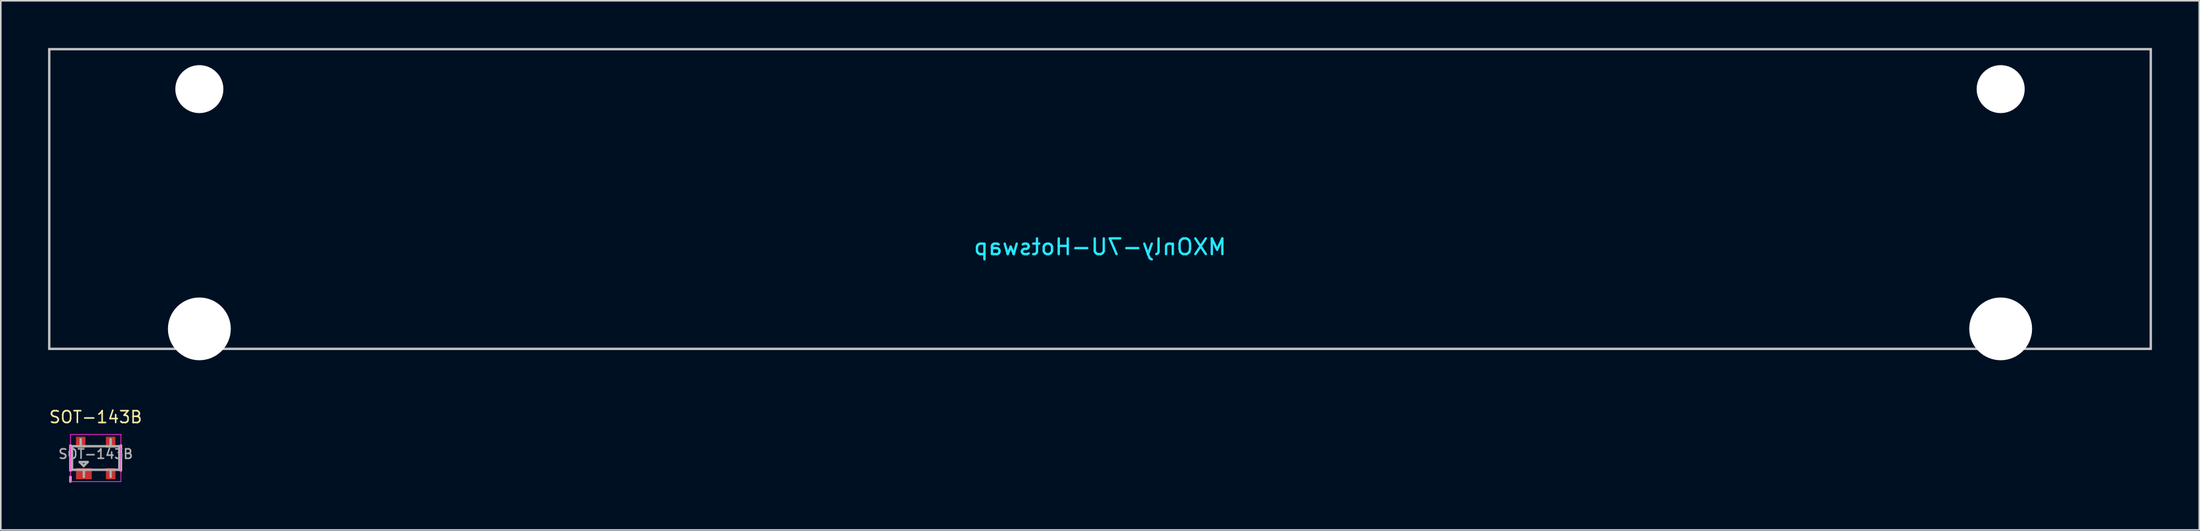
<source format=kicad_pcb>
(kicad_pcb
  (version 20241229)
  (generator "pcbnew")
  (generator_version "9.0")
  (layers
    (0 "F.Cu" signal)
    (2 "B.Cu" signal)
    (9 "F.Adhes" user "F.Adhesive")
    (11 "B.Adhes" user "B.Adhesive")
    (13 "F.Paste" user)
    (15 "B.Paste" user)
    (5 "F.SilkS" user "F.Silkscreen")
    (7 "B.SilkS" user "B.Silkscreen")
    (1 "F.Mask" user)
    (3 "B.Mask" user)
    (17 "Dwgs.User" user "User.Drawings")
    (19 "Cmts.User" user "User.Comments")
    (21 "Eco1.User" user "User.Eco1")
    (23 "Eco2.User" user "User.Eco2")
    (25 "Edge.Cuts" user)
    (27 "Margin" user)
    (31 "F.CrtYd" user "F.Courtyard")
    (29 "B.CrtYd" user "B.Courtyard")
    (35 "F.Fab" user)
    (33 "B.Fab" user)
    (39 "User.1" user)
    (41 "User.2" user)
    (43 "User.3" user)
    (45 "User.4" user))
  (footprint "MXOnly-7U-Hotswap"
    (layer "F.Cu")
    (at 66.75 9.6)
    (property "Reference" "MXOnly-7U-Hotswap" (at 0 3.048 0) (layer "B.CrtYd") (effects (font (size 1 1) (thickness 0.15)) (justify mirror)))
    (attr smd)
    (fp_line (start -66.675 -9.525) (end 66.675 -9.525) (stroke (width 0.15) (type solid)) (layer "Dwgs.User"))
    (fp_line (start -66.675 9.525) (end -66.675 -9.525) (stroke (width 0.15) (type solid)) (layer "Dwgs.User"))
    (fp_line (start 66.675 -9.525) (end 66.675 9.525) (stroke (width 0.15) (type solid)) (layer "Dwgs.User"))
    (fp_line (start 66.675 9.525) (end -66.675 9.525) (stroke (width 0.15) (type solid)) (layer "Dwgs.User"))
    (pad "" np_thru_hole circle (at -57.15 -6.985) (size 3.048 3.048) (drill 3.048) (layers "*.Cu" "*.Mask"))
    (pad "" np_thru_hole circle (at -57.15 8.255) (size 3.988 3.988) (drill 3.988) (layers "*.Cu" "*.Mask"))
    (pad "" np_thru_hole circle (at 57.15 -6.985) (size 3.048 3.048) (drill 3.048) (layers "*.Cu" "*.Mask"))
    (pad "" np_thru_hole circle (at 57.15 8.255) (size 3.988 3.988) (drill 3.988) (layers "*.Cu" "*.Mask")))
  (footprint "SOT-143B"
    (layer "F.Cu")
    (at 3.021 26.063)
    (property "Reference" "SOT-143B" (at 0 -2.6 0) (layer "F.SilkS") (effects (font (size 0.75 0.75) (thickness 0.1))))
    (attr smd)
    (fp_line (start -1.6 -0.8) (end -1.6 0.8) (stroke (width 0.15) (type solid)) (layer "F.SilkS"))
    (fp_line (start -1.6 1.2) (end -1.6 1.5) (stroke (width 0.15) (type solid)) (layer "F.SilkS"))
    (fp_line (start 1.6 -0.8) (end 1.6 0.8) (stroke (width 0.15) (type solid)) (layer "F.SilkS"))
    (fp_line (start -1.6 -1.5) (end -1.6 1.5) (stroke (width 0.05) (type solid)) (layer "F.CrtYd"))
    (fp_line (start -1.6 -1.5) (end 1.6 -1.5) (stroke (width 0.05) (type solid)) (layer "F.CrtYd"))
    (fp_line (start -1.6 1.5) (end 1.6 1.5) (stroke (width 0.05) (type solid)) (layer "F.CrtYd"))
    (fp_line (start 1.6 -1.5) (end 1.6 1.5) (stroke (width 0.05) (type solid)) (layer "F.CrtYd"))
    (fp_line (start -1.5 -0.75) (end -1.5 0.75) (stroke (width 0.15) (type solid)) (layer "F.Fab"))
    (fp_line (start -1.5 0.75) (end 1.5 0.75) (stroke (width 0.15) (type solid)) (layer "F.Fab"))
    (fp_line (start -1.016 0.254) (end -0.762 0.508) (stroke (width 0.15) (type solid)) (layer "F.Fab"))
    (fp_line (start -0.95 -1.2) (end -0.95 -0.762) (stroke (width 0.15) (type solid)) (layer "F.Fab"))
    (fp_line (start -0.762 0.508) (end -0.508 0.254) (stroke (width 0.15) (type solid)) (layer "F.Fab"))
    (fp_line (start -0.75 1.2) (end -0.75 0.762) (stroke (width 0.15) (type solid)) (layer "F.Fab"))
    (fp_line (start -0.508 0.254) (end -1.016 0.254) (stroke (width 0.15) (type solid)) (layer "F.Fab"))
    (fp_line (start 0.95 -1.2) (end 0.95 -0.762) (stroke (width 0.15) (type solid)) (layer "F.Fab"))
    (fp_line (start 0.95 1.2) (end 0.95 0.762) (stroke (width 0.15) (type solid)) (layer "F.Fab"))
    (fp_line (start 1.5 -0.75) (end -1.5 -0.75) (stroke (width 0.15) (type solid)) (layer "F.Fab"))
    (fp_line (start 1.5 0.75) (end 1.5 -0.75) (stroke (width 0.15) (type solid)) (layer "F.Fab"))
    (fp_text user "${REFERENCE}" (at 0 -0.254 0) (layer "F.Fab") (effects (font (size 0.6 0.6) (thickness 0.1))))
    (pad "1" smd rect (at -0.75 1) (size 1 0.7) (layers "F.Cu" "F.Mask" "F.Paste"))
    (pad "2" smd rect (at 0.95 1) (size 0.6 0.7) (layers "F.Cu" "F.Mask" "F.Paste"))
    (pad "3" smd rect (at 0.95 -1) (size 0.6 0.7) (layers "F.Cu" "F.Mask" "F.Paste"))
    (pad "4" smd rect (at -0.95 -1) (size 0.6 0.7) (layers "F.Cu" "F.Mask" "F.Paste")))
  (gr_rect
    (start -3 -3)
    (end 136.5 30.638)
    (stroke (width 0.1) (type default))
    (fill no)
    (layer "Edge.Cuts")))
</source>
